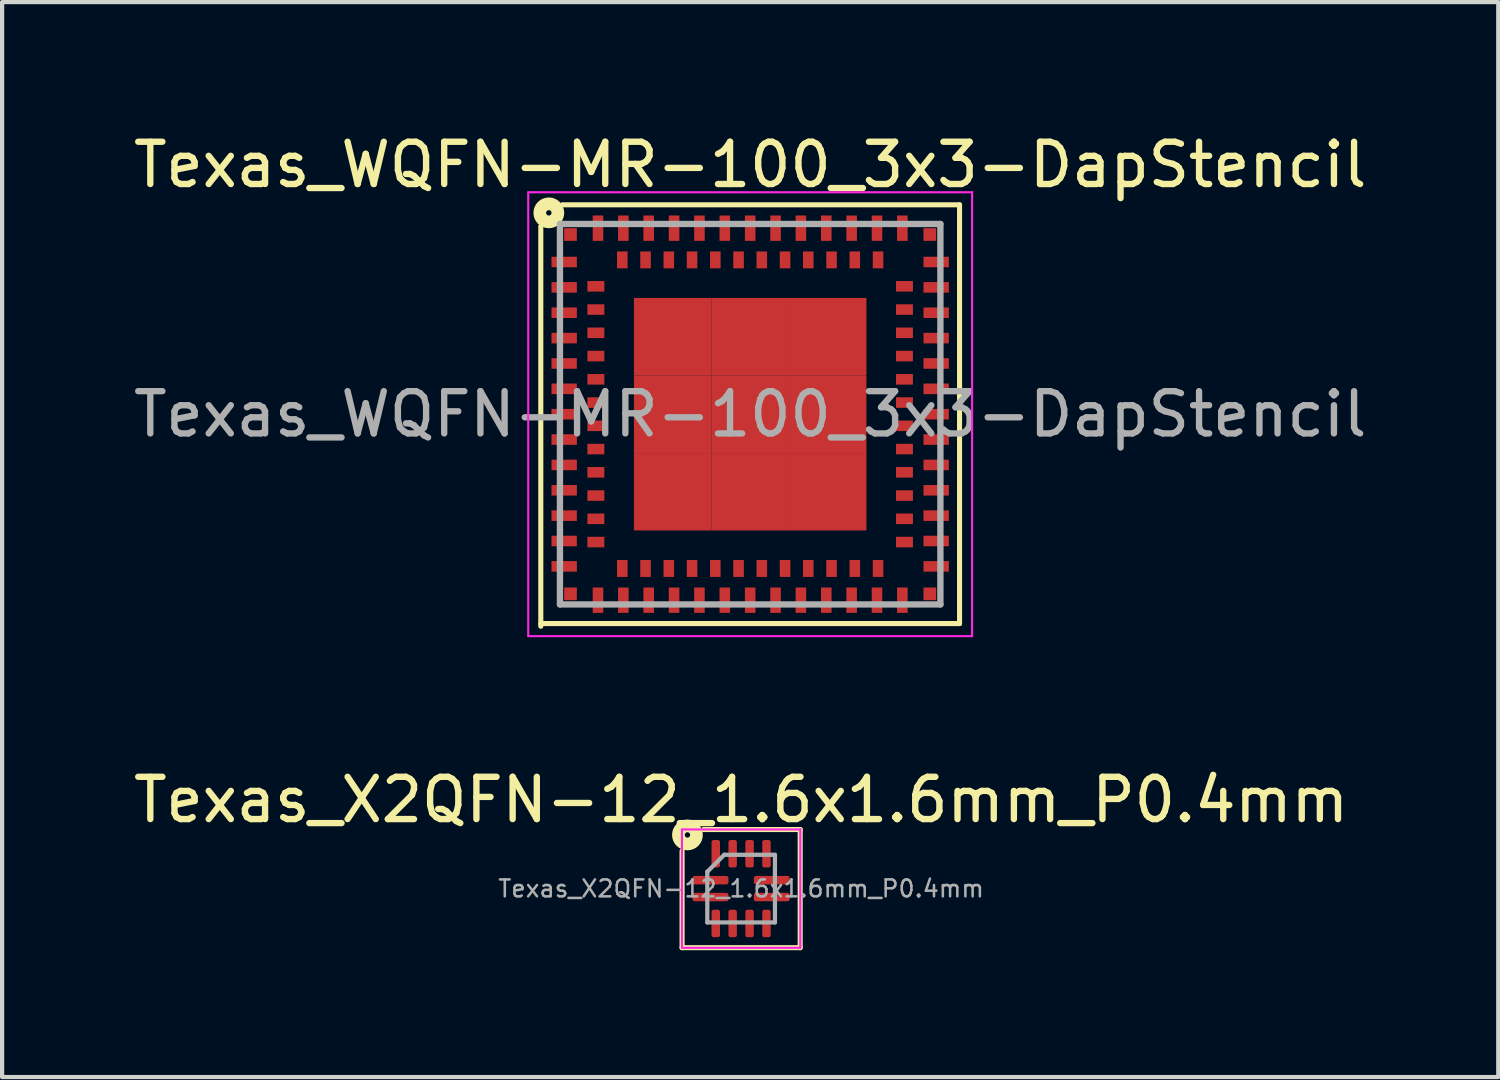
<source format=kicad_pcb>
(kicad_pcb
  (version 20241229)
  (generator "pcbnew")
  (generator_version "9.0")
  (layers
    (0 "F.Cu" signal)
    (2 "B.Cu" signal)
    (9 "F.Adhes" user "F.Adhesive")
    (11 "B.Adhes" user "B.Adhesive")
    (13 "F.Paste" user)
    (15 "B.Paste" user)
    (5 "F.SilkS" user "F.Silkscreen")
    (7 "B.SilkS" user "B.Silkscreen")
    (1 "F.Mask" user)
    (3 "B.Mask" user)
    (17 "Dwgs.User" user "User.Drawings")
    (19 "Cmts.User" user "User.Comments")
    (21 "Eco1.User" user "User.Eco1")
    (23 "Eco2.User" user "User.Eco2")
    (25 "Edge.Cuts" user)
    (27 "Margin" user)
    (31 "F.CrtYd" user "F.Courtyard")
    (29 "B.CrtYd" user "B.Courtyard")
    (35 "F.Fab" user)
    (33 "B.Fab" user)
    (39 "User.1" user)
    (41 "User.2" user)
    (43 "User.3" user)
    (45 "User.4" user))
  (footprint "Texas_WQFN-MR-100_3x3-DapStencil"
    (layer "F.Cu")
    (at 14.696 6.748)
    (property "Reference" "Texas_WQFN-MR-100_3x3-DapStencil" (at 0 -5.9 0) (layer "F.SilkS") (effects (font (size 1 1) (thickness 0.15))))
    (attr smd)
    (fp_line (start -4.953 5.016) (end -4.953 -4.445) (stroke (width 0.12) (type solid)) (layer "F.SilkS"))
    (fp_line (start -4.445 -4.953) (end 4.953 -4.953) (stroke (width 0.12) (type solid)) (layer "F.SilkS"))
    (fp_line (start 4.953 -4.953) (end 4.953 4.889) (stroke (width 0.12) (type solid)) (layer "F.SilkS"))
    (fp_line (start 4.953 4.889) (end 4.953 4.953) (stroke (width 0.12) (type solid)) (layer "F.SilkS"))
    (fp_line (start 4.953 4.953) (end -4.953 4.953) (stroke (width 0.12) (type solid)) (layer "F.SilkS"))
    (fp_circle (center -4.763 -4.763) (end -4.699 -4.763) (stroke (width 0.3) (type solid)) (fill no) (layer "F.SilkS"))
    (fp_line (start -5.25 -5.25) (end 5.25 -5.25) (stroke (width 0.05) (type solid)) (layer "F.CrtYd"))
    (fp_line (start -5.25 5.25) (end -5.25 -5.25) (stroke (width 0.05) (type solid)) (layer "F.CrtYd"))
    (fp_line (start 5.25 -5.25) (end 5.25 5.25) (stroke (width 0.05) (type solid)) (layer "F.CrtYd"))
    (fp_line (start 5.25 5.25) (end -5.25 5.25) (stroke (width 0.05) (type solid)) (layer "F.CrtYd"))
    (fp_line (start -4.5 -4.5) (end -4.5 4.5) (stroke (width 0.15) (type solid)) (layer "F.Fab"))
    (fp_line (start -4.5 -4.5) (end 4.5 -4.5) (stroke (width 0.15) (type solid)) (layer "F.Fab"))
    (fp_line (start -4.5 4.5) (end 4.5 4.5) (stroke (width 0.15) (type solid)) (layer "F.Fab"))
    (fp_line (start 4.5 -4.5) (end 4.5 4.5) (stroke (width 0.15) (type solid)) (layer "F.Fab"))
    (fp_text user "${REFERENCE}" (at 0 0 0) (layer "F.Fab") (effects (font (size 1 1) (thickness 0.15))))
    (pad "A1" smd rect (at -4.4 -3.6 90) (size 0.25 0.6) (layers "F.Cu" "F.Mask" "F.Paste"))
    (pad "A2" smd rect (at -4.4 -3 90) (size 0.25 0.6) (layers "F.Cu" "F.Mask" "F.Paste"))
    (pad "A3" smd rect (at -4.4 -2.4 90) (size 0.25 0.6) (layers "F.Cu" "F.Mask" "F.Paste"))
    (pad "A4" smd rect (at -4.4 -1.8 90) (size 0.25 0.6) (layers "F.Cu" "F.Mask" "F.Paste"))
    (pad "A5" smd rect (at -4.4 -1.2 90) (size 0.25 0.6) (layers "F.Cu" "F.Mask" "F.Paste"))
    (pad "A6" smd rect (at -4.4 -0.6 90) (size 0.25 0.6) (layers "F.Cu" "F.Mask" "F.Paste"))
    (pad "A7" smd rect (at -4.4 0 90) (size 0.25 0.6) (layers "F.Cu" "F.Mask" "F.Paste"))
    (pad "A8" smd rect (at -4.4 0.6 90) (size 0.25 0.6) (layers "F.Cu" "F.Mask" "F.Paste"))
    (pad "A9" smd rect (at -4.4 1.2 90) (size 0.25 0.6) (layers "F.Cu" "F.Mask" "F.Paste"))
    (pad "A10" smd rect (at -4.4 1.8 90) (size 0.25 0.6) (layers "F.Cu" "F.Mask" "F.Paste"))
    (pad "A11" smd rect (at -4.4 2.4 90) (size 0.25 0.6) (layers "F.Cu" "F.Mask" "F.Paste"))
    (pad "A12" smd rect (at -4.4 3 90) (size 0.25 0.6) (layers "F.Cu" "F.Mask" "F.Paste"))
    (pad "A13" smd rect (at -4.4 3.6 90) (size 0.25 0.6) (layers "F.Cu" "F.Mask" "F.Paste"))
    (pad "A14" smd rect (at -3.6 4.4) (size 0.25 0.6) (layers "F.Cu" "F.Mask" "F.Paste"))
    (pad "A15" smd rect (at -3 4.4) (size 0.25 0.6) (layers "F.Cu" "F.Mask" "F.Paste"))
    (pad "A16" smd rect (at -2.4 4.4) (size 0.25 0.6) (layers "F.Cu" "F.Mask" "F.Paste"))
    (pad "A17" smd rect (at -1.8 4.4) (size 0.25 0.6) (layers "F.Cu" "F.Mask" "F.Paste"))
    (pad "A18" smd rect (at -1.2 4.4) (size 0.25 0.6) (layers "F.Cu" "F.Mask" "F.Paste"))
    (pad "A19" smd rect (at -0.6 4.4) (size 0.25 0.6) (layers "F.Cu" "F.Mask" "F.Paste"))
    (pad "A20" smd rect (at 0 4.4) (size 0.25 0.6) (layers "F.Cu" "F.Mask" "F.Paste"))
    (pad "A21" smd rect (at 0.6 4.4) (size 0.25 0.6) (layers "F.Cu" "F.Mask" "F.Paste"))
    (pad "A22" smd rect (at 1.2 4.4) (size 0.25 0.6) (layers "F.Cu" "F.Mask" "F.Paste"))
    (pad "A23" smd rect (at 1.8 4.4) (size 0.25 0.6) (layers "F.Cu" "F.Mask" "F.Paste"))
    (pad "A24" smd rect (at 2.4 4.4) (size 0.25 0.6) (layers "F.Cu" "F.Mask" "F.Paste"))
    (pad "A25" smd rect (at 3 4.4) (size 0.25 0.6) (layers "F.Cu" "F.Mask" "F.Paste"))
    (pad "A26" smd rect (at 3.6 4.4) (size 0.25 0.6) (layers "F.Cu" "F.Mask" "F.Paste"))
    (pad "A27" smd rect (at 4.4 3.6 90) (size 0.25 0.6) (layers "F.Cu" "F.Mask" "F.Paste"))
    (pad "A28" smd rect (at 4.4 3 90) (size 0.25 0.6) (layers "F.Cu" "F.Mask" "F.Paste"))
    (pad "A29" smd rect (at 4.4 2.4 90) (size 0.25 0.6) (layers "F.Cu" "F.Mask" "F.Paste"))
    (pad "A30" smd rect (at 4.4 1.8 90) (size 0.25 0.6) (layers "F.Cu" "F.Mask" "F.Paste"))
    (pad "A31" smd rect (at 4.4 1.2 90) (size 0.25 0.6) (layers "F.Cu" "F.Mask" "F.Paste"))
    (pad "A32" smd rect (at 4.4 0.6 90) (size 0.25 0.6) (layers "F.Cu" "F.Mask" "F.Paste"))
    (pad "A33" smd rect (at 4.4 0 90) (size 0.25 0.6) (layers "F.Cu" "F.Mask" "F.Paste"))
    (pad "A34" smd rect (at 4.4 -0.6 90) (size 0.25 0.6) (layers "F.Cu" "F.Mask" "F.Paste"))
    (pad "A35" smd rect (at 4.4 -1.2 90) (size 0.25 0.6) (layers "F.Cu" "F.Mask" "F.Paste"))
    (pad "A36" smd rect (at 4.4 -1.8 90) (size 0.25 0.6) (layers "F.Cu" "F.Mask" "F.Paste"))
    (pad "A37" smd rect (at 4.4 -2.4 90) (size 0.25 0.6) (layers "F.Cu" "F.Mask" "F.Paste"))
    (pad "A38" smd rect (at 4.4 -3 90) (size 0.25 0.6) (layers "F.Cu" "F.Mask" "F.Paste"))
    (pad "A39" smd rect (at 4.4 -3.6 90) (size 0.25 0.6) (layers "F.Cu" "F.Mask" "F.Paste"))
    (pad "A40" smd rect (at 3.6 -4.4) (size 0.25 0.6) (layers "F.Cu" "F.Mask" "F.Paste"))
    (pad "A41" smd rect (at 3 -4.4) (size 0.25 0.6) (layers "F.Cu" "F.Mask" "F.Paste"))
    (pad "A42" smd rect (at 2.4 -4.4) (size 0.25 0.6) (layers "F.Cu" "F.Mask" "F.Paste"))
    (pad "A43" smd rect (at 1.8 -4.4) (size 0.25 0.6) (layers "F.Cu" "F.Mask" "F.Paste"))
    (pad "A44" smd rect (at 1.2 -4.4) (size 0.25 0.6) (layers "F.Cu" "F.Mask" "F.Paste"))
    (pad "A45" smd rect (at 0.6 -4.4) (size 0.25 0.6) (layers "F.Cu" "F.Mask" "F.Paste"))
    (pad "A46" smd rect (at 0 -4.4) (size 0.25 0.6) (layers "F.Cu" "F.Mask" "F.Paste"))
    (pad "A47" smd rect (at -0.6 -4.4) (size 0.25 0.6) (layers "F.Cu" "F.Mask" "F.Paste"))
    (pad "A48" smd rect (at -1.2 -4.4) (size 0.25 0.6) (layers "F.Cu" "F.Mask" "F.Paste"))
    (pad "A49" smd rect (at -1.8 -4.4) (size 0.25 0.6) (layers "F.Cu" "F.Mask" "F.Paste"))
    (pad "A50" smd rect (at -2.4 -4.4) (size 0.25 0.6) (layers "F.Cu" "F.Mask" "F.Paste"))
    (pad "A51" smd rect (at -3 -4.4) (size 0.25 0.6) (layers "F.Cu" "F.Mask" "F.Paste"))
    (pad "A52" smd rect (at -3.6 -4.4) (size 0.25 0.6) (layers "F.Cu" "F.Mask" "F.Paste"))
    (pad "A53" smd rect (at -1.835 -1.835) (size 1.83 1.83) (layers "F.Cu" "F.Mask" "F.Paste"))
    (pad "A53" smd rect (at -1.835 0) (size 1.83 1.84) (layers "F.Cu" "F.Mask" "F.Paste"))
    (pad "A53" smd rect (at -1.835 1.835) (size 1.83 1.83) (layers "F.Cu" "F.Mask" "F.Paste"))
    (pad "A53" smd rect (at 0 -1.835) (size 1.84 1.83) (layers "F.Cu" "F.Mask" "F.Paste"))
    (pad "A53" smd rect (at 0 0) (size 1.84 1.84) (layers "F.Cu" "F.Mask" "F.Paste"))
    (pad "A53" smd rect (at 0 1.835) (size 1.84 1.83) (layers "F.Cu" "F.Mask" "F.Paste"))
    (pad "A53" smd rect (at 1.835 -1.835) (size 1.83 1.83) (layers "F.Cu" "F.Mask" "F.Paste"))
    (pad "A53" smd rect (at 1.835 0) (size 1.83 1.84) (layers "F.Cu" "F.Mask" "F.Paste"))
    (pad "A53" smd rect (at 1.835 1.835) (size 1.83 1.83) (layers "F.Cu" "F.Mask" "F.Paste"))
    (pad "B1" smd rect (at -3.65 -3.025 90) (size 0.25 0.4) (layers "F.Cu" "F.Mask" "F.Paste"))
    (pad "B2" smd rect (at -3.65 -2.475 90) (size 0.25 0.4) (layers "F.Cu" "F.Mask" "F.Paste"))
    (pad "B3" smd rect (at -3.65 -1.925 90) (size 0.25 0.4) (layers "F.Cu" "F.Mask" "F.Paste"))
    (pad "B4" smd rect (at -3.65 -1.375 90) (size 0.25 0.4) (layers "F.Cu" "F.Mask" "F.Paste"))
    (pad "B5" smd rect (at -3.65 -0.825 90) (size 0.25 0.4) (layers "F.Cu" "F.Mask" "F.Paste"))
    (pad "B6" smd rect (at -3.65 -0.275 90) (size 0.25 0.4) (layers "F.Cu" "F.Mask" "F.Paste"))
    (pad "B7" smd rect (at -3.65 0.275 90) (size 0.25 0.4) (layers "F.Cu" "F.Mask" "F.Paste"))
    (pad "B8" smd rect (at -3.65 0.825 90) (size 0.25 0.4) (layers "F.Cu" "F.Mask" "F.Paste"))
    (pad "B9" smd rect (at -3.65 1.375 90) (size 0.25 0.4) (layers "F.Cu" "F.Mask" "F.Paste"))
    (pad "B10" smd rect (at -3.65 1.925 90) (size 0.25 0.4) (layers "F.Cu" "F.Mask" "F.Paste"))
    (pad "B11" smd rect (at -3.65 2.475 90) (size 0.25 0.4) (layers "F.Cu" "F.Mask" "F.Paste"))
    (pad "B12" smd rect (at -3.65 3.025 90) (size 0.25 0.4) (layers "F.Cu" "F.Mask" "F.Paste"))
    (pad "B13" smd rect (at -3.025 3.65) (size 0.25 0.4) (layers "F.Cu" "F.Mask" "F.Paste"))
    (pad "B14" smd rect (at -2.475 3.65) (size 0.25 0.4) (layers "F.Cu" "F.Mask" "F.Paste"))
    (pad "B15" smd rect (at -1.925 3.65) (size 0.25 0.4) (layers "F.Cu" "F.Mask" "F.Paste"))
    (pad "B16" smd rect (at -1.375 3.65) (size 0.25 0.4) (layers "F.Cu" "F.Mask" "F.Paste"))
    (pad "B17" smd rect (at -0.825 3.65) (size 0.25 0.4) (layers "F.Cu" "F.Mask" "F.Paste"))
    (pad "B18" smd rect (at -0.275 3.65) (size 0.25 0.4) (layers "F.Cu" "F.Mask" "F.Paste"))
    (pad "B19" smd rect (at 0.275 3.65) (size 0.25 0.4) (layers "F.Cu" "F.Mask" "F.Paste"))
    (pad "B20" smd rect (at 0.825 3.65) (size 0.25 0.4) (layers "F.Cu" "F.Mask" "F.Paste"))
    (pad "B21" smd rect (at 1.375 3.65) (size 0.25 0.4) (layers "F.Cu" "F.Mask" "F.Paste"))
    (pad "B22" smd rect (at 1.925 3.65) (size 0.25 0.4) (layers "F.Cu" "F.Mask" "F.Paste"))
    (pad "B23" smd rect (at 2.475 3.65) (size 0.25 0.4) (layers "F.Cu" "F.Mask" "F.Paste"))
    (pad "B24" smd rect (at 3.025 3.65) (size 0.25 0.4) (layers "F.Cu" "F.Mask" "F.Paste"))
    (pad "B25" smd rect (at 3.65 3.025 90) (size 0.25 0.4) (layers "F.Cu" "F.Mask" "F.Paste"))
    (pad "B26" smd rect (at 3.65 2.475 90) (size 0.25 0.4) (layers "F.Cu" "F.Mask" "F.Paste"))
    (pad "B27" smd rect (at 3.65 1.925 90) (size 0.25 0.4) (layers "F.Cu" "F.Mask" "F.Paste"))
    (pad "B28" smd rect (at 3.65 1.375 90) (size 0.25 0.4) (layers "F.Cu" "F.Mask" "F.Paste"))
    (pad "B29" smd rect (at 3.65 0.825 90) (size 0.25 0.4) (layers "F.Cu" "F.Mask" "F.Paste"))
    (pad "B30" smd rect (at 3.65 0.275 90) (size 0.25 0.4) (layers "F.Cu" "F.Mask" "F.Paste"))
    (pad "B31" smd rect (at 3.65 -0.275 90) (size 0.25 0.4) (layers "F.Cu" "F.Mask" "F.Paste"))
    (pad "B32" smd rect (at 3.65 -0.825 90) (size 0.25 0.4) (layers "F.Cu" "F.Mask" "F.Paste"))
    (pad "B33" smd rect (at 3.65 -1.375 90) (size 0.25 0.4) (layers "F.Cu" "F.Mask" "F.Paste"))
    (pad "B34" smd rect (at 3.65 -1.925 90) (size 0.25 0.4) (layers "F.Cu" "F.Mask" "F.Paste"))
    (pad "B35" smd rect (at 3.65 -2.475 90) (size 0.25 0.4) (layers "F.Cu" "F.Mask" "F.Paste"))
    (pad "B36" smd rect (at 3.65 -3.025 90) (size 0.25 0.4) (layers "F.Cu" "F.Mask" "F.Paste"))
    (pad "B37" smd rect (at 3.025 -3.65) (size 0.25 0.4) (layers "F.Cu" "F.Mask" "F.Paste"))
    (pad "B38" smd rect (at 2.475 -3.65) (size 0.25 0.4) (layers "F.Cu" "F.Mask" "F.Paste"))
    (pad "B39" smd rect (at 1.925 -3.65) (size 0.25 0.4) (layers "F.Cu" "F.Mask" "F.Paste"))
    (pad "B40" smd rect (at 1.375 -3.65) (size 0.25 0.4) (layers "F.Cu" "F.Mask" "F.Paste"))
    (pad "B41" smd rect (at 0.825 -3.65) (size 0.25 0.4) (layers "F.Cu" "F.Mask" "F.Paste"))
    (pad "B42" smd rect (at 0.275 -3.65) (size 0.25 0.4) (layers "F.Cu" "F.Mask" "F.Paste"))
    (pad "B43" smd rect (at -0.275 -3.65) (size 0.25 0.4) (layers "F.Cu" "F.Mask" "F.Paste"))
    (pad "B44" smd rect (at -0.825 -3.65) (size 0.25 0.4) (layers "F.Cu" "F.Mask" "F.Paste"))
    (pad "B45" smd rect (at -1.375 -3.65) (size 0.25 0.4) (layers "F.Cu" "F.Mask" "F.Paste"))
    (pad "B46" smd rect (at -1.925 -3.65) (size 0.25 0.4) (layers "F.Cu" "F.Mask" "F.Paste"))
    (pad "B47" smd rect (at -2.475 -3.65) (size 0.25 0.4) (layers "F.Cu" "F.Mask" "F.Paste"))
    (pad "B48" smd rect (at -3.025 -3.65) (size 0.25 0.4) (layers "F.Cu" "F.Mask" "F.Paste"))
    (pad "C1" smd rect (at -4.25 -4.25) (size 0.3 0.3) (layers "F.Cu" "F.Mask" "F.Paste"))
    (pad "C2" smd rect (at -4.25 4.25) (size 0.3 0.3) (layers "F.Cu" "F.Mask" "F.Paste"))
    (pad "C3" smd rect (at 4.25 4.25) (size 0.3 0.3) (layers "F.Cu" "F.Mask" "F.Paste"))
    (pad "C4" smd rect (at 4.25 -4.25) (size 0.3 0.3) (layers "F.Cu" "F.Mask" "F.Paste")))
  (footprint "Texas_X2QFN-12_1.6x1.6mm_P0.4mm"
    (layer "F.Cu")
    (at 14.482 17.971)
    (property "Reference" "Texas_X2QFN-12_1.6x1.6mm_P0.4mm" (at 0 -2.1 0) (layer "F.SilkS") (effects (font (size 1 1) (thickness 0.15))))
    (attr smd)
    (fp_line (start -1.397 1.397) (end -1.397 -0.889) (stroke (width 0.12) (type solid)) (layer "F.SilkS"))
    (fp_line (start -0.889 -1.397) (end 1.397 -1.397) (stroke (width 0.12) (type solid)) (layer "F.SilkS"))
    (fp_line (start 1.397 -1.397) (end 1.397 1.397) (stroke (width 0.12) (type solid)) (layer "F.SilkS"))
    (fp_line (start 1.397 1.397) (end -1.397 1.397) (stroke (width 0.12) (type solid)) (layer "F.SilkS"))
    (fp_circle (center -1.27 -1.27) (end -1.206 -1.27) (stroke (width 0.3) (type solid)) (fill no) (layer "F.SilkS"))
    (fp_line (start -1.4 -1.4) (end -1.4 1.4) (stroke (width 0.05) (type solid)) (layer "F.CrtYd"))
    (fp_line (start -1.4 1.4) (end 1.4 1.4) (stroke (width 0.05) (type solid)) (layer "F.CrtYd"))
    (fp_line (start 1.4 -1.4) (end -1.4 -1.4) (stroke (width 0.05) (type solid)) (layer "F.CrtYd"))
    (fp_line (start 1.4 1.4) (end 1.4 -1.4) (stroke (width 0.05) (type solid)) (layer "F.CrtYd"))
    (fp_line (start -0.8 -0.4) (end -0.4 -0.8) (stroke (width 0.1) (type solid)) (layer "F.Fab"))
    (fp_line (start -0.8 0.8) (end -0.8 -0.4) (stroke (width 0.1) (type solid)) (layer "F.Fab"))
    (fp_line (start -0.4 -0.8) (end 0.8 -0.8) (stroke (width 0.1) (type solid)) (layer "F.Fab"))
    (fp_line (start 0.8 -0.8) (end 0.8 0.8) (stroke (width 0.1) (type solid)) (layer "F.Fab"))
    (fp_line (start 0.8 0.8) (end -0.8 0.8) (stroke (width 0.1) (type solid)) (layer "F.Fab"))
    (fp_text user "${REFERENCE}" (at 0 0 0) (layer "F.Fab") (effects (font (size 0.4 0.4) (thickness 0.06))))
    (pad "1" smd roundrect (at -0.725 -0.2) (size 0.85 0.2) (layers "F.Cu" "F.Mask" "F.Paste") (roundrect_rratio 0.25))
    (pad "2" smd roundrect (at -0.725 0.2) (size 0.85 0.2) (layers "F.Cu" "F.Mask" "F.Paste") (roundrect_rratio 0.25))
    (pad "3" smd roundrect (at -0.6 0.825) (size 0.2 0.65) (layers "F.Cu" "F.Mask" "F.Paste") (roundrect_rratio 0.25))
    (pad "4" smd roundrect (at -0.2 0.825) (size 0.2 0.65) (layers "F.Cu" "F.Mask" "F.Paste") (roundrect_rratio 0.25))
    (pad "5" smd roundrect (at 0.2 0.825) (size 0.2 0.65) (layers "F.Cu" "F.Mask" "F.Paste") (roundrect_rratio 0.25))
    (pad "6" smd roundrect (at 0.6 0.825) (size 0.2 0.65) (layers "F.Cu" "F.Mask" "F.Paste") (roundrect_rratio 0.25))
    (pad "7" smd roundrect (at 0.725 0.2) (size 0.85 0.2) (layers "F.Cu" "F.Mask" "F.Paste") (roundrect_rratio 0.25))
    (pad "8" smd roundrect (at 0.725 -0.2) (size 0.85 0.2) (layers "F.Cu" "F.Mask" "F.Paste") (roundrect_rratio 0.25))
    (pad "9" smd roundrect (at 0.6 -0.825) (size 0.2 0.65) (layers "F.Cu" "F.Mask" "F.Paste") (roundrect_rratio 0.25))
    (pad "10" smd roundrect (at 0.2 -0.825) (size 0.2 0.65) (layers "F.Cu" "F.Mask" "F.Paste") (roundrect_rratio 0.25))
    (pad "11" smd roundrect (at -0.2 -0.825) (size 0.2 0.65) (layers "F.Cu" "F.Mask" "F.Paste") (roundrect_rratio 0.25))
    (pad "12" smd roundrect (at -0.6 -0.825) (size 0.2 0.65) (layers "F.Cu" "F.Mask" "F.Paste") (roundrect_rratio 0.25)))
  (gr_rect
    (start -3 -3)
    (end 32.393 22.428)
    (stroke (width 0.1) (type default))
    (fill no)
    (layer "Edge.Cuts")))
</source>
